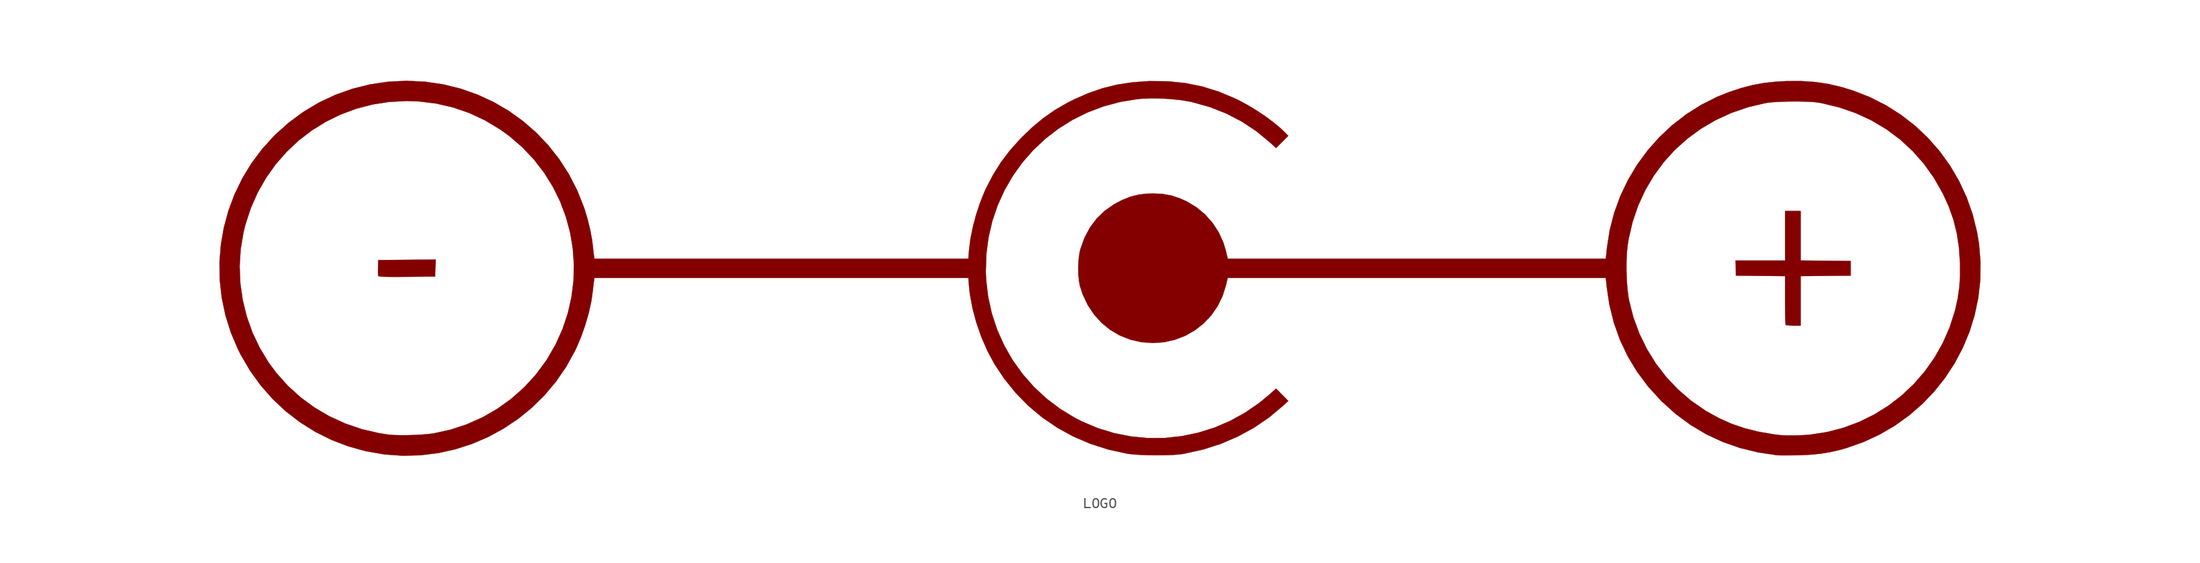
<source format=kicad_sym>
(kicad_symbol_lib
  (version 20210619)
  (generator bitmap2component)
  (symbol "LOGO"
    (pin_names
      (offset 1.016))
    (property "Reference" "#G"
      (at 0 16.637 0)
      (effects (font (size 1.27 1.27)) hide))
    (symbol "LOGO_0_0"
      (polyline (pts (xy -62.699 -17.309) (xy -61.072 -17.109) (xy -59.48 -16.756) (xy -57.933 -16.257) (xy -56.441 -15.617) (xy -55.016 -14.841) (xy -53.667 -13.936) (xy -52.405 -12.907) (xy -51.24 -11.759) (xy -50.183 -10.499) (xy -49.244 -9.131) (xy -48.434 -7.662) (xy -48.31 -7.404) (xy -47.866 -6.355) (xy -47.477 -5.251) (xy -47.158 -4.136) (xy -46.922 -3.058) (xy -46.783 -2.063) (xy -46.753 -1.759) (xy -46.717 -1.436) (xy -46.686 -1.206) (xy -46.644 -0.931) (xy -12.131 -0.931) (xy -12.072 -1.672) (xy -11.997 -2.379) (xy -11.757 -3.704) (xy -11.396 -5.058) (xy -10.928 -6.399) (xy -10.366 -7.687) (xy -9.724 -8.88) (xy -8.839 -10.217) (xy -7.772 -11.542) (xy -6.592 -12.746) (xy -5.305 -13.823) (xy -3.918 -14.769) (xy -2.437 -15.58) (xy -0.87 -16.251) (xy 0.779 -16.779) (xy 2.501 -17.157) (xy 2.671 -17.183) (xy 3.18 -17.236) (xy 3.798 -17.274) (xy 4.485 -17.299) (xy 5.203 -17.309) (xy 5.91 -17.305) (xy 6.569 -17.285) (xy 7.138 -17.251) (xy 7.578 -17.2) (xy 7.827 -17.158) (xy 9.541 -16.777) (xy 11.189 -16.246) (xy 12.761 -15.571) (xy 14.25 -14.754) (xy 15.645 -13.8) (xy 16.939 -12.713) (xy 17.399 -12.287) (xy 16.269 -11.149) (xy 15.649 -11.702) (xy 14.712 -12.476) (xy 13.391 -13.385) (xy 12.001 -14.148) (xy 10.555 -14.764) (xy 9.065 -15.23) (xy 7.541 -15.546) (xy 5.995 -15.71) (xy 4.439 -15.72) (xy 2.885 -15.573) (xy 1.345 -15.27) (xy -0.171 -14.807) (xy -1.651 -14.184) (xy -2.316 -13.843) (xy -3.685 -13.006) (xy -4.949 -12.045) (xy -6.102 -10.968) (xy -7.138 -9.786) (xy -8.049 -8.509) (xy -8.828 -7.148) (xy -9.469 -5.713) (xy -9.964 -4.214) (xy -10.308 -2.66) (xy -10.492 -1.064) (xy -10.521 -0.361) (xy -10.473 1.248) (xy -10.269 2.814) (xy -9.915 4.331) (xy -9.418 5.789) (xy -8.786 7.18) (xy -8.024 8.496) (xy -7.141 9.729) (xy -6.143 10.869) (xy -5.037 11.91) (xy -3.831 12.842) (xy -2.53 13.657) (xy -1.143 14.348) (xy 0.325 14.905) (xy 1.865 15.32) (xy 3.471 15.585) (xy 3.87 15.621) (xy 4.705 15.654) (xy 5.612 15.643) (xy 6.534 15.591) (xy 7.41 15.502) (xy 8.182 15.377) (xy 8.604 15.286) (xy 10.186 14.84) (xy 11.691 14.245) (xy 13.113 13.504) (xy 14.448 12.62) (xy 15.691 11.594) (xy 16.269 11.064) (xy 16.831 11.626) (xy 17.393 12.188) (xy 17.1 12.494) (xy 16.678 12.899) (xy 16.031 13.44) (xy 15.287 13.993) (xy 14.48 14.533) (xy 13.646 15.037) (xy 12.818 15.481) (xy 12.491 15.64) (xy 10.987 16.272) (xy 9.466 16.745) (xy 7.908 17.062) (xy 6.297 17.228) (xy 4.614 17.247) (xy 4.555 17.245) (xy 3.044 17.14) (xy 1.63 16.927) (xy 0.275 16.594) (xy -1.06 16.134) (xy -2.413 15.537) (xy -2.995 15.242) (xy -4.137 14.581) (xy -5.2 13.841) (xy -6.223 12.994) (xy -7.245 12.01) (xy -7.362 11.89) (xy -8.305 10.835) (xy -9.12 9.759) (xy -9.839 8.613) (xy -10.498 7.349) (xy -10.64 7.04) (xy -11.059 5.997) (xy -11.427 4.878) (xy -11.727 3.736) (xy -11.948 2.622) (xy -12.075 1.587) (xy -12.132 0.847) (xy -46.644 0.847) (xy -46.686 1.122) (xy -46.71 1.298) (xy -46.746 1.61) (xy -46.78 1.947) (xy -46.861 2.588) (xy -47.031 3.499) (xy -47.26 4.449) (xy -47.536 5.378) (xy -47.599 5.566) (xy -48.225 7.143) (xy -48.988 8.632) (xy -49.881 10.025) (xy -50.894 11.315) (xy -52.018 12.497) (xy -53.245 13.564) (xy -54.566 14.509) (xy -55.972 15.327) (xy -57.454 16.01) (xy -59.003 16.552) (xy -60.611 16.948) (xy -62.268 17.19) (xy -63.966 17.272) (xy -65.673 17.19) (xy -67.35 16.944) (xy -68.982 16.538) (xy -70.56 15.976) (xy -72.076 15.262) (xy -73.521 14.397) (xy -74.886 13.387) (xy -76.164 12.235) (xy -77.29 11.002) (xy -78.288 9.671) (xy -79.145 8.263) (xy -79.859 6.79) (xy -80.429 5.263) (xy -80.852 3.694) (xy -81.126 2.094) (xy -81.249 0.474) (xy -81.244 0.165) (xy -79.387 0.165) (xy -79.289 1.735) (xy -79.026 3.292) (xy -78.851 4.003) (xy -78.354 5.52) (xy -77.718 6.956) (xy -76.949 8.305) (xy -76.058 9.559) (xy -75.053 10.711) (xy -73.942 11.754) (xy -72.736 12.681) (xy -71.441 13.485) (xy -70.068 14.159) (xy -68.625 14.695) (xy -67.121 15.087) (xy -65.565 15.328) (xy -63.966 15.409) (xy -62.854 15.371) (xy -61.257 15.175) (xy -59.702 14.818) (xy -58.195 14.301) (xy -56.747 13.626) (xy -55.364 12.796) (xy -54.467 12.146) (xy -53.276 11.116) (xy -52.214 9.988) (xy -51.281 8.775) (xy -50.48 7.487) (xy -49.814 6.136) (xy -49.284 4.731) (xy -48.893 3.285) (xy -48.643 1.808) (xy -48.536 0.311) (xy -48.575 -1.194) (xy -48.762 -2.698) (xy -49.099 -4.187) (xy -49.588 -5.653) (xy -50.232 -7.083) (xy -51.033 -8.467) (xy -51.111 -8.586) (xy -52.057 -9.865) (xy -53.125 -11.032) (xy -54.304 -12.08) (xy -55.582 -13.002) (xy -56.948 -13.791) (xy -58.392 -14.439) (xy -59.903 -14.939) (xy -61.468 -15.284) (xy -61.527 -15.294) (xy -62.025 -15.354) (xy -62.628 -15.402) (xy -63.289 -15.436) (xy -63.964 -15.455) (xy -64.608 -15.457) (xy -65.173 -15.44) (xy -65.617 -15.405) (xy -66.54 -15.264) (xy -68.127 -14.893) (xy -69.652 -14.372) (xy -71.106 -13.706) (xy -72.477 -12.901) (xy -73.756 -11.961) (xy -74.933 -10.893) (xy -75.999 -9.702) (xy -76.722 -8.723) (xy -77.537 -7.376) (xy -78.209 -5.957) (xy -78.733 -4.478) (xy -79.106 -2.956) (xy -79.325 -1.403) (xy -79.387 0.165) (xy -81.244 0.165) (xy -81.221 -1.155) (xy -81.037 -2.78) (xy -80.698 -4.391) (xy -80.2 -5.976) (xy -79.542 -7.524) (xy -79.297 -8.011) (xy -78.433 -9.489) (xy -77.444 -10.86) (xy -76.338 -12.117) (xy -75.124 -13.255) (xy -73.81 -14.267) (xy -72.405 -15.146) (xy -70.917 -15.889) (xy -69.355 -16.487) (xy -67.726 -16.936) (xy -66.04 -17.228) (xy -66.017 -17.231) (xy -64.351 -17.352) (xy -62.699 -17.309)) (stroke (width 0.01)) (fill (type outline)))
      (polyline (pts (xy 63.908 -17.316) (xy 64.431 -17.307) (xy 64.5 -17.306) (xy 65.558 -17.258) (xy 66.506 -17.166) (xy 67.398 -17.021) (xy 68.285 -16.818) (xy 68.886 -16.65) (xy 70.472 -16.092) (xy 71.975 -15.395) (xy 73.388 -14.569) (xy 74.706 -13.621) (xy 75.922 -12.563) (xy 77.031 -11.402) (xy 78.025 -10.147) (xy 78.9 -8.807) (xy 79.648 -7.393) (xy 80.265 -5.912) (xy 80.743 -4.373) (xy 81.076 -2.786) (xy 81.26 -1.159) (xy 81.286 0.498) (xy 81.15 2.176) (xy 80.965 3.304) (xy 80.56 4.941) (xy 80.005 6.514) (xy 79.309 8.015) (xy 78.477 9.435) (xy 77.517 10.766) (xy 76.437 11.999) (xy 75.243 13.125) (xy 73.942 14.136) (xy 72.543 15.022) (xy 71.051 15.775) (xy 69.475 16.387) (xy 68.418 16.708) (xy 67.214 16.988) (xy 66.012 17.166) (xy 64.763 17.25) (xy 63.415 17.247) (xy 62.434 17.196) (xy 61.32 17.077) (xy 60.262 16.885) (xy 59.202 16.609) (xy 58.081 16.238) (xy 56.991 15.802) (xy 55.514 15.059) (xy 54.123 14.181) (xy 52.827 13.178) (xy 51.633 12.059) (xy 50.55 10.835) (xy 49.584 9.516) (xy 48.745 8.112) (xy 48.039 6.632) (xy 47.475 5.088) (xy 47.061 3.489) (xy 46.805 1.845) (xy 46.7 0.847) (xy 11.809 0.847) (xy 11.632 1.588) (xy 11.407 2.334) (xy 10.973 3.288) (xy 10.401 4.164) (xy 9.706 4.944) (xy 8.901 5.611) (xy 8.001 6.146) (xy 7.394 6.419) (xy 6.612 6.678) (xy 5.819 6.823) (xy 4.953 6.87) (xy 4.381 6.855) (xy 3.571 6.76) (xy 2.812 6.565) (xy 2.045 6.258) (xy 1.355 5.897) (xy 0.473 5.285) (xy -0.281 4.562) (xy -0.911 3.726) (xy -1.416 2.775) (xy -1.799 1.707) (xy -1.877 1.362) (xy -1.956 0.764) (xy -1.99 0.103) (xy -1.985 -0.271) (xy 48.608 -0.271) (xy 48.61 0.6) (xy 48.647 1.414) (xy 48.721 2.118) (xy 48.808 2.656) (xy 49.174 4.235) (xy 49.687 5.742) (xy 50.342 7.168) (xy 51.13 8.506) (xy 52.044 9.751) (xy 53.079 10.893) (xy 54.227 11.927) (xy 55.481 12.845) (xy 56.834 13.64) (xy 58.28 14.305) (xy 59.81 14.832) (xy 61.419 15.214) (xy 61.656 15.251) (xy 62.156 15.3) (xy 62.76 15.336) (xy 63.428 15.358) (xy 64.122 15.367) (xy 64.803 15.361) (xy 65.432 15.34) (xy 65.97 15.305) (xy 66.379 15.254) (xy 66.612 15.211) (xy 68.235 14.821) (xy 69.777 14.286) (xy 71.233 13.61) (xy 72.597 12.798) (xy 73.862 11.854) (xy 75.022 10.784) (xy 76.07 9.592) (xy 77.001 8.282) (xy 77.808 6.859) (xy 78.341 5.691) (xy 78.781 4.454) (xy 79.096 3.188) (xy 79.297 1.857) (xy 79.391 0.423) (xy 79.393 0.354) (xy 79.394 -0.779) (xy 79.325 -1.817) (xy 79.182 -2.815) (xy 78.958 -3.833) (xy 78.921 -3.976) (xy 78.435 -5.494) (xy 77.804 -6.935) (xy 77.037 -8.293) (xy 76.143 -9.557) (xy 75.133 -10.722) (xy 74.014 -11.779) (xy 72.796 -12.72) (xy 71.488 -13.536) (xy 70.1 -14.221) (xy 68.641 -14.766) (xy 67.119 -15.164) (xy 65.544 -15.405) (xy 65.243 -15.431) (xy 64.703 -15.461) (xy 64.127 -15.477) (xy 63.566 -15.479) (xy 63.072 -15.466) (xy 62.696 -15.438) (xy 62.174 -15.371) (xy 60.778 -15.13) (xy 59.495 -14.807) (xy 58.293 -14.394) (xy 57.141 -13.878) (xy 56.007 -13.251) (xy 55.877 -13.172) (xy 54.571 -12.265) (xy 53.371 -11.233) (xy 52.286 -10.086) (xy 51.324 -8.835) (xy 50.492 -7.491) (xy 49.797 -6.064) (xy 49.246 -4.565) (xy 48.848 -3.006) (xy 48.798 -2.728) (xy 48.703 -1.987) (xy 48.639 -1.151) (xy 48.608 -0.271) (xy -1.985 -0.271) (xy -1.981 -0.564) (xy -1.928 -1.182) (xy -1.829 -1.693) (xy -1.582 -2.444) (xy -1.119 -3.428) (xy -0.534 -4.309) (xy 0.161 -5.078) (xy 0.956 -5.726) (xy 1.839 -6.245) (xy 2.8 -6.626) (xy 3.828 -6.861) (xy 4.911 -6.941) (xy 5.909 -6.87) (xy 6.931 -6.644) (xy 7.894 -6.273) (xy 8.782 -5.766) (xy 9.583 -5.136) (xy 10.284 -4.393) (xy 10.871 -3.546) (xy 11.331 -2.608) (xy 11.651 -1.587) (xy 11.803 -0.931) (xy 46.699 -0.931) (xy 46.803 -1.884) (xy 47.032 -3.403) (xy 47.438 -5.053) (xy 47.999 -6.636) (xy 48.714 -8.149) (xy 49.582 -9.59) (xy 50.6 -10.955) (xy 51.769 -12.242) (xy 51.863 -12.336) (xy 53.15 -13.495) (xy 54.517 -14.505) (xy 55.964 -15.366) (xy 57.488 -16.077) (xy 59.091 -16.637) (xy 60.77 -17.047) (xy 62.526 -17.306) (xy 62.688 -17.314) (xy 63.002 -17.32) (xy 63.419 -17.32) (xy 63.908 -17.316)) (stroke (width 0.01)) (fill (type outline)))
      (polyline (pts (xy -64.702 -0.832) (xy -63.947 -0.827) (xy -61.341 -0.804) (xy -61.317 -0.02) (xy -61.292 0.764) (xy -63.941 0.742) (xy -66.59 0.72) (xy -66.615 0.05) (xy -66.618 -0.021) (xy -66.622 -0.345) (xy -66.614 -0.599) (xy -66.596 -0.735) (xy -66.578 -0.756) (xy -66.5 -0.784) (xy -66.35 -0.806) (xy -66.112 -0.82) (xy -65.768 -0.829) (xy -65.303 -0.833) (xy -64.702 -0.832)) (stroke (width 0.01)) (fill (type outline)))
      (polyline (pts (xy 64.685 -0.765) (xy 66.993 -0.742) (xy 69.3 -0.72) (xy 69.3 0.635) (xy 66.993 0.658) (xy 64.685 0.68) (xy 64.685 5.249) (xy 63.246 5.249) (xy 63.246 0.677) (xy 58.667 0.677) (xy 58.716 -0.72) (xy 60.981 -0.742) (xy 63.246 -0.765) (xy 63.246 -2.993) (xy 63.248 -3.558) (xy 63.253 -4.104) (xy 63.262 -4.571) (xy 63.274 -4.938) (xy 63.287 -5.181) (xy 63.302 -5.277) (xy 63.313 -5.284) (xy 63.45 -5.309) (xy 63.702 -5.327) (xy 64.022 -5.334) (xy 64.685 -5.334) (xy 64.685 -0.765)) (stroke (width 0.01)) (fill (type outline))))))
</source>
